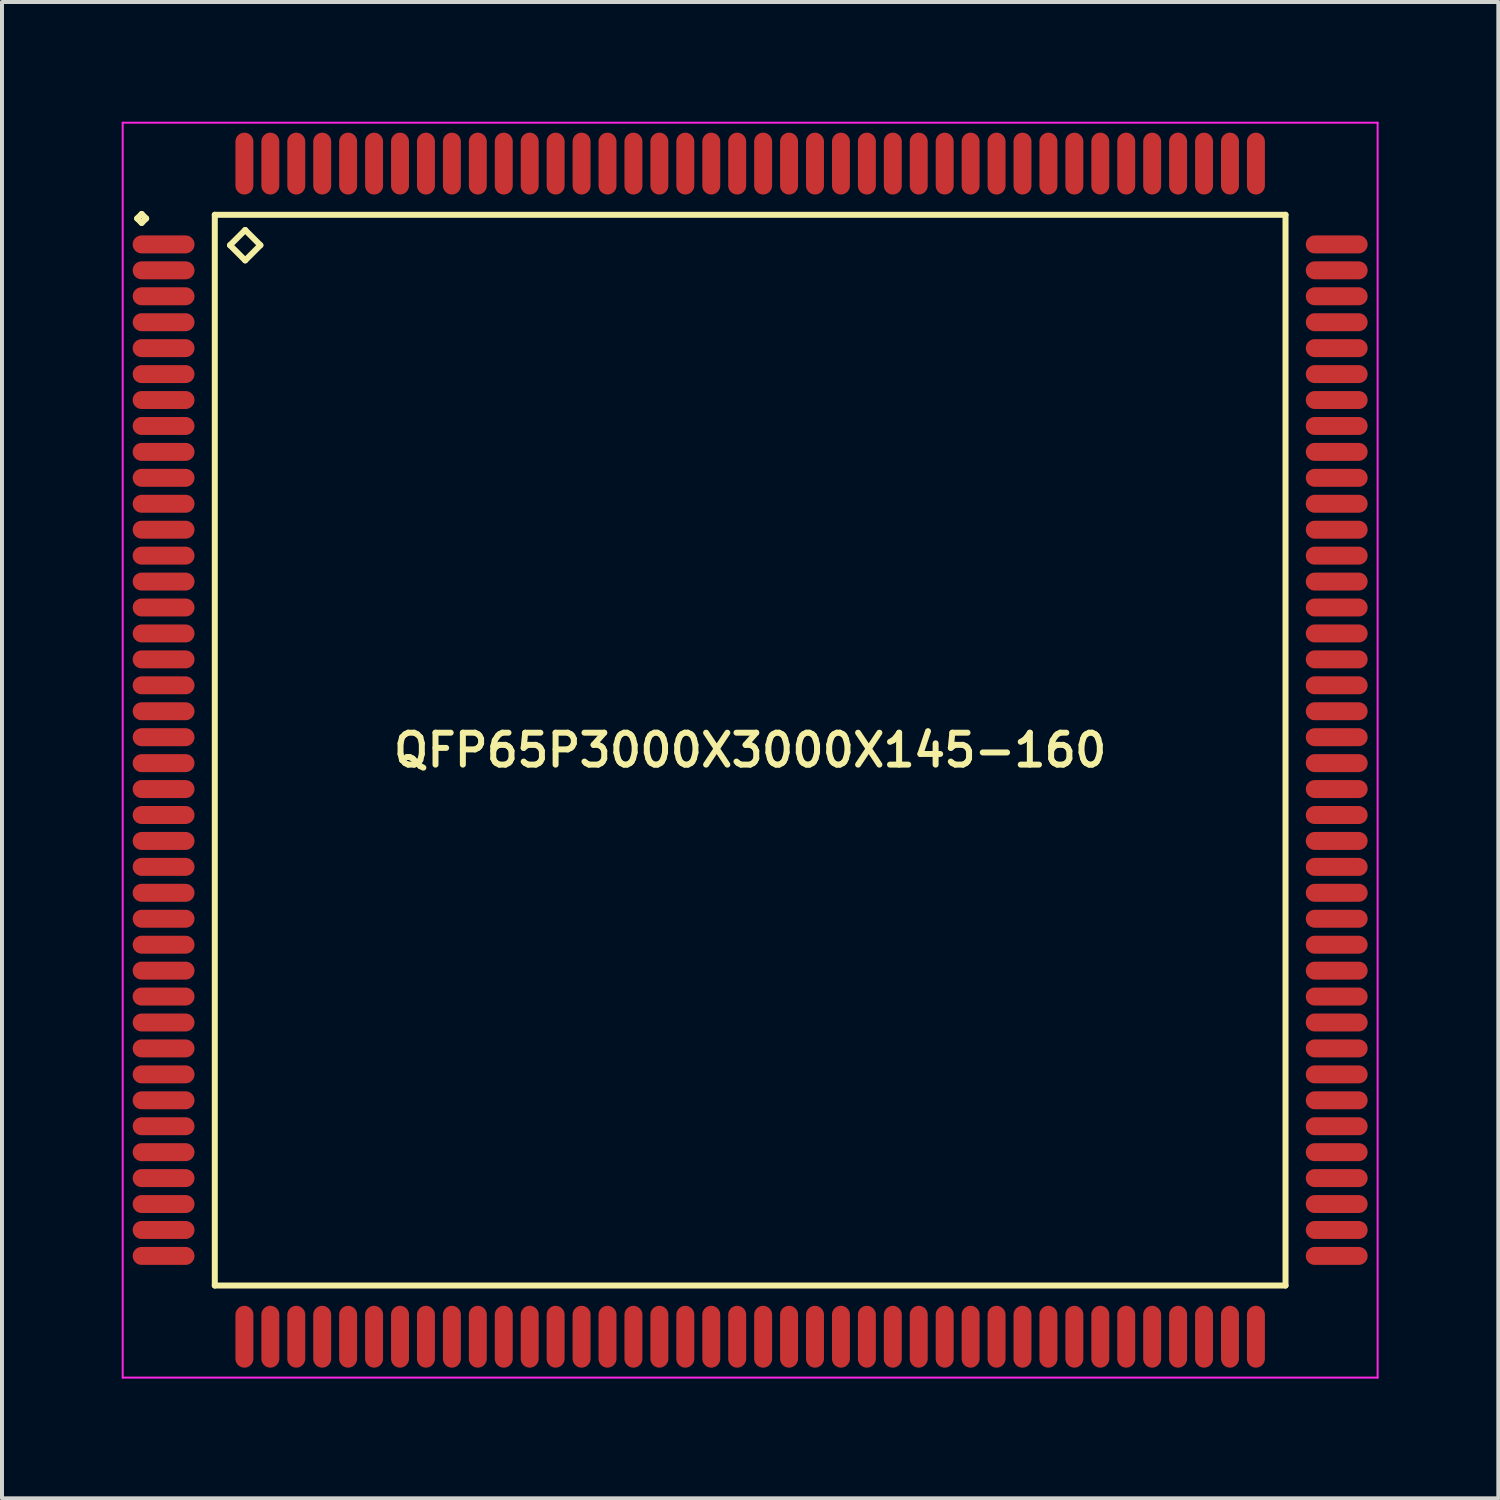
<source format=kicad_pcb>
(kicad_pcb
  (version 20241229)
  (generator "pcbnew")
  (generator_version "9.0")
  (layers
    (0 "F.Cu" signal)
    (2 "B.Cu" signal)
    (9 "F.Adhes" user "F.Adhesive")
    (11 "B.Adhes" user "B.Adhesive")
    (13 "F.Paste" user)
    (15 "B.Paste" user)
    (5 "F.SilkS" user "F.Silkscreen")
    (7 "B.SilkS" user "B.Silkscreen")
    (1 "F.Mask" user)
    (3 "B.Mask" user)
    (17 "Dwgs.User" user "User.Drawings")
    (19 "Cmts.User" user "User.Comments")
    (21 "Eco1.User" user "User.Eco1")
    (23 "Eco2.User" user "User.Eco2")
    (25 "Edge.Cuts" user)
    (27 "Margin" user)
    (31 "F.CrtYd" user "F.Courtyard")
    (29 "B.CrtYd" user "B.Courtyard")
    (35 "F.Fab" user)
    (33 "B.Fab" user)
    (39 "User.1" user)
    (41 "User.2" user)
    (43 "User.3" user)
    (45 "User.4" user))
  (footprint "QFP65P3000X3000X145-160"
    (layer "F.Cu")
    (at 15.75 15.75)
    (property "Reference" "QFP65P3000X3000X145-160" (at 0 0 0) (layer "F.SilkS") (effects (font (size 0.8 0.8) (thickness 0.15))))
    (attr smd)
    (fp_line (start -15.363 -13.325) (end -15.25 -13.438) (stroke (width 0.15) (type solid)) (layer "F.SilkS"))
    (fp_line (start -15.25 -13.438) (end -15.137 -13.325) (stroke (width 0.15) (type solid)) (layer "F.SilkS"))
    (fp_line (start -15.25 -13.213) (end -15.363 -13.325) (stroke (width 0.15) (type solid)) (layer "F.SilkS"))
    (fp_line (start -15.137 -13.325) (end -15.25 -13.213) (stroke (width 0.15) (type solid)) (layer "F.SilkS"))
    (fp_line (start -13.417 -13.417) (end -13.417 13.417) (stroke (width 0.15) (type solid)) (layer "F.SilkS"))
    (fp_line (start -13.417 13.417) (end 13.417 13.417) (stroke (width 0.15) (type solid)) (layer "F.SilkS"))
    (fp_line (start -13.036 -12.655) (end -12.655 -13.036) (stroke (width 0.15) (type solid)) (layer "F.SilkS"))
    (fp_line (start -12.655 -13.036) (end -12.274 -12.655) (stroke (width 0.15) (type solid)) (layer "F.SilkS"))
    (fp_line (start -12.655 -12.274) (end -13.036 -12.655) (stroke (width 0.15) (type solid)) (layer "F.SilkS"))
    (fp_line (start -12.274 -12.655) (end -12.655 -12.274) (stroke (width 0.15) (type solid)) (layer "F.SilkS"))
    (fp_line (start 13.417 -13.417) (end -13.417 -13.417) (stroke (width 0.15) (type solid)) (layer "F.SilkS"))
    (fp_line (start 13.417 13.417) (end 13.417 -13.417) (stroke (width 0.15) (type solid)) (layer "F.SilkS"))
    (fp_line (start -15.725 -15.725) (end 15.725 -15.725) (stroke (width 0.05) (type solid)) (layer "F.CrtYd"))
    (fp_line (start -15.725 15.725) (end -15.725 -15.725) (stroke (width 0.05) (type solid)) (layer "F.CrtYd"))
    (fp_line (start 15.725 -15.725) (end 15.725 15.725) (stroke (width 0.05) (type solid)) (layer "F.CrtYd"))
    (fp_line (start 15.725 15.725) (end -15.725 15.725) (stroke (width 0.05) (type solid)) (layer "F.CrtYd"))
    (pad "1" smd oval (at -14.7 -12.675) (size 1.55 0.45) (layers "F.Cu" "F.Mask" "F.Paste"))
    (pad "2" smd oval (at -14.7 -12.025) (size 1.55 0.45) (layers "F.Cu" "F.Mask" "F.Paste"))
    (pad "3" smd oval (at -14.7 -11.375) (size 1.55 0.45) (layers "F.Cu" "F.Mask" "F.Paste"))
    (pad "4" smd oval (at -14.7 -10.725) (size 1.55 0.45) (layers "F.Cu" "F.Mask" "F.Paste"))
    (pad "5" smd oval (at -14.7 -10.075) (size 1.55 0.45) (layers "F.Cu" "F.Mask" "F.Paste"))
    (pad "6" smd oval (at -14.7 -9.425) (size 1.55 0.45) (layers "F.Cu" "F.Mask" "F.Paste"))
    (pad "7" smd oval (at -14.7 -8.775) (size 1.55 0.45) (layers "F.Cu" "F.Mask" "F.Paste"))
    (pad "8" smd oval (at -14.7 -8.125) (size 1.55 0.45) (layers "F.Cu" "F.Mask" "F.Paste"))
    (pad "9" smd oval (at -14.7 -7.475) (size 1.55 0.45) (layers "F.Cu" "F.Mask" "F.Paste"))
    (pad "10" smd oval (at -14.7 -6.825) (size 1.55 0.45) (layers "F.Cu" "F.Mask" "F.Paste"))
    (pad "11" smd oval (at -14.7 -6.175) (size 1.55 0.45) (layers "F.Cu" "F.Mask" "F.Paste"))
    (pad "12" smd oval (at -14.7 -5.525) (size 1.55 0.45) (layers "F.Cu" "F.Mask" "F.Paste"))
    (pad "13" smd oval (at -14.7 -4.875) (size 1.55 0.45) (layers "F.Cu" "F.Mask" "F.Paste"))
    (pad "14" smd oval (at -14.7 -4.225) (size 1.55 0.45) (layers "F.Cu" "F.Mask" "F.Paste"))
    (pad "15" smd oval (at -14.7 -3.575) (size 1.55 0.45) (layers "F.Cu" "F.Mask" "F.Paste"))
    (pad "16" smd oval (at -14.7 -2.925) (size 1.55 0.45) (layers "F.Cu" "F.Mask" "F.Paste"))
    (pad "17" smd oval (at -14.7 -2.275) (size 1.55 0.45) (layers "F.Cu" "F.Mask" "F.Paste"))
    (pad "18" smd oval (at -14.7 -1.625) (size 1.55 0.45) (layers "F.Cu" "F.Mask" "F.Paste"))
    (pad "19" smd oval (at -14.7 -0.975) (size 1.55 0.45) (layers "F.Cu" "F.Mask" "F.Paste"))
    (pad "20" smd oval (at -14.7 -0.325) (size 1.55 0.45) (layers "F.Cu" "F.Mask" "F.Paste"))
    (pad "21" smd oval (at -14.7 0.325) (size 1.55 0.45) (layers "F.Cu" "F.Mask" "F.Paste"))
    (pad "22" smd oval (at -14.7 0.975) (size 1.55 0.45) (layers "F.Cu" "F.Mask" "F.Paste"))
    (pad "23" smd oval (at -14.7 1.625) (size 1.55 0.45) (layers "F.Cu" "F.Mask" "F.Paste"))
    (pad "24" smd oval (at -14.7 2.275) (size 1.55 0.45) (layers "F.Cu" "F.Mask" "F.Paste"))
    (pad "25" smd oval (at -14.7 2.925) (size 1.55 0.45) (layers "F.Cu" "F.Mask" "F.Paste"))
    (pad "26" smd oval (at -14.7 3.575) (size 1.55 0.45) (layers "F.Cu" "F.Mask" "F.Paste"))
    (pad "27" smd oval (at -14.7 4.225) (size 1.55 0.45) (layers "F.Cu" "F.Mask" "F.Paste"))
    (pad "28" smd oval (at -14.7 4.875) (size 1.55 0.45) (layers "F.Cu" "F.Mask" "F.Paste"))
    (pad "29" smd oval (at -14.7 5.525) (size 1.55 0.45) (layers "F.Cu" "F.Mask" "F.Paste"))
    (pad "30" smd oval (at -14.7 6.175) (size 1.55 0.45) (layers "F.Cu" "F.Mask" "F.Paste"))
    (pad "31" smd oval (at -14.7 6.825) (size 1.55 0.45) (layers "F.Cu" "F.Mask" "F.Paste"))
    (pad "32" smd oval (at -14.7 7.475) (size 1.55 0.45) (layers "F.Cu" "F.Mask" "F.Paste"))
    (pad "33" smd oval (at -14.7 8.125) (size 1.55 0.45) (layers "F.Cu" "F.Mask" "F.Paste"))
    (pad "34" smd oval (at -14.7 8.775) (size 1.55 0.45) (layers "F.Cu" "F.Mask" "F.Paste"))
    (pad "35" smd oval (at -14.7 9.425) (size 1.55 0.45) (layers "F.Cu" "F.Mask" "F.Paste"))
    (pad "36" smd oval (at -14.7 10.075) (size 1.55 0.45) (layers "F.Cu" "F.Mask" "F.Paste"))
    (pad "37" smd oval (at -14.7 10.725) (size 1.55 0.45) (layers "F.Cu" "F.Mask" "F.Paste"))
    (pad "38" smd oval (at -14.7 11.375) (size 1.55 0.45) (layers "F.Cu" "F.Mask" "F.Paste"))
    (pad "39" smd oval (at -14.7 12.025) (size 1.55 0.45) (layers "F.Cu" "F.Mask" "F.Paste"))
    (pad "40" smd oval (at -14.7 12.675) (size 1.55 0.45) (layers "F.Cu" "F.Mask" "F.Paste"))
    (pad "41" smd oval (at -12.675 14.7) (size 0.45 1.55) (layers "F.Cu" "F.Mask" "F.Paste"))
    (pad "42" smd oval (at -12.025 14.7) (size 0.45 1.55) (layers "F.Cu" "F.Mask" "F.Paste"))
    (pad "43" smd oval (at -11.375 14.7) (size 0.45 1.55) (layers "F.Cu" "F.Mask" "F.Paste"))
    (pad "44" smd oval (at -10.725 14.7) (size 0.45 1.55) (layers "F.Cu" "F.Mask" "F.Paste"))
    (pad "45" smd oval (at -10.075 14.7) (size 0.45 1.55) (layers "F.Cu" "F.Mask" "F.Paste"))
    (pad "46" smd oval (at -9.425 14.7) (size 0.45 1.55) (layers "F.Cu" "F.Mask" "F.Paste"))
    (pad "47" smd oval (at -8.775 14.7) (size 0.45 1.55) (layers "F.Cu" "F.Mask" "F.Paste"))
    (pad "48" smd oval (at -8.125 14.7) (size 0.45 1.55) (layers "F.Cu" "F.Mask" "F.Paste"))
    (pad "49" smd oval (at -7.475 14.7) (size 0.45 1.55) (layers "F.Cu" "F.Mask" "F.Paste"))
    (pad "50" smd oval (at -6.825 14.7) (size 0.45 1.55) (layers "F.Cu" "F.Mask" "F.Paste"))
    (pad "51" smd oval (at -6.175 14.7) (size 0.45 1.55) (layers "F.Cu" "F.Mask" "F.Paste"))
    (pad "52" smd oval (at -5.525 14.7) (size 0.45 1.55) (layers "F.Cu" "F.Mask" "F.Paste"))
    (pad "53" smd oval (at -4.875 14.7) (size 0.45 1.55) (layers "F.Cu" "F.Mask" "F.Paste"))
    (pad "54" smd oval (at -4.225 14.7) (size 0.45 1.55) (layers "F.Cu" "F.Mask" "F.Paste"))
    (pad "55" smd oval (at -3.575 14.7) (size 0.45 1.55) (layers "F.Cu" "F.Mask" "F.Paste"))
    (pad "56" smd oval (at -2.925 14.7) (size 0.45 1.55) (layers "F.Cu" "F.Mask" "F.Paste"))
    (pad "57" smd oval (at -2.275 14.7) (size 0.45 1.55) (layers "F.Cu" "F.Mask" "F.Paste"))
    (pad "58" smd oval (at -1.625 14.7) (size 0.45 1.55) (layers "F.Cu" "F.Mask" "F.Paste"))
    (pad "59" smd oval (at -0.975 14.7) (size 0.45 1.55) (layers "F.Cu" "F.Mask" "F.Paste"))
    (pad "60" smd oval (at -0.325 14.7) (size 0.45 1.55) (layers "F.Cu" "F.Mask" "F.Paste"))
    (pad "61" smd oval (at 0.325 14.7) (size 0.45 1.55) (layers "F.Cu" "F.Mask" "F.Paste"))
    (pad "62" smd oval (at 0.975 14.7) (size 0.45 1.55) (layers "F.Cu" "F.Mask" "F.Paste"))
    (pad "63" smd oval (at 1.625 14.7) (size 0.45 1.55) (layers "F.Cu" "F.Mask" "F.Paste"))
    (pad "64" smd oval (at 2.275 14.7) (size 0.45 1.55) (layers "F.Cu" "F.Mask" "F.Paste"))
    (pad "65" smd oval (at 2.925 14.7) (size 0.45 1.55) (layers "F.Cu" "F.Mask" "F.Paste"))
    (pad "66" smd oval (at 3.575 14.7) (size 0.45 1.55) (layers "F.Cu" "F.Mask" "F.Paste"))
    (pad "67" smd oval (at 4.225 14.7) (size 0.45 1.55) (layers "F.Cu" "F.Mask" "F.Paste"))
    (pad "68" smd oval (at 4.875 14.7) (size 0.45 1.55) (layers "F.Cu" "F.Mask" "F.Paste"))
    (pad "69" smd oval (at 5.525 14.7) (size 0.45 1.55) (layers "F.Cu" "F.Mask" "F.Paste"))
    (pad "70" smd oval (at 6.175 14.7) (size 0.45 1.55) (layers "F.Cu" "F.Mask" "F.Paste"))
    (pad "71" smd oval (at 6.825 14.7) (size 0.45 1.55) (layers "F.Cu" "F.Mask" "F.Paste"))
    (pad "72" smd oval (at 7.475 14.7) (size 0.45 1.55) (layers "F.Cu" "F.Mask" "F.Paste"))
    (pad "73" smd oval (at 8.125 14.7) (size 0.45 1.55) (layers "F.Cu" "F.Mask" "F.Paste"))
    (pad "74" smd oval (at 8.775 14.7) (size 0.45 1.55) (layers "F.Cu" "F.Mask" "F.Paste"))
    (pad "75" smd oval (at 9.425 14.7) (size 0.45 1.55) (layers "F.Cu" "F.Mask" "F.Paste"))
    (pad "76" smd oval (at 10.075 14.7) (size 0.45 1.55) (layers "F.Cu" "F.Mask" "F.Paste"))
    (pad "77" smd oval (at 10.725 14.7) (size 0.45 1.55) (layers "F.Cu" "F.Mask" "F.Paste"))
    (pad "78" smd oval (at 11.375 14.7) (size 0.45 1.55) (layers "F.Cu" "F.Mask" "F.Paste"))
    (pad "79" smd oval (at 12.025 14.7) (size 0.45 1.55) (layers "F.Cu" "F.Mask" "F.Paste"))
    (pad "80" smd oval (at 12.675 14.7) (size 0.45 1.55) (layers "F.Cu" "F.Mask" "F.Paste"))
    (pad "81" smd oval (at 14.7 12.675) (size 1.55 0.45) (layers "F.Cu" "F.Mask" "F.Paste"))
    (pad "82" smd oval (at 14.7 12.025) (size 1.55 0.45) (layers "F.Cu" "F.Mask" "F.Paste"))
    (pad "83" smd oval (at 14.7 11.375) (size 1.55 0.45) (layers "F.Cu" "F.Mask" "F.Paste"))
    (pad "84" smd oval (at 14.7 10.725) (size 1.55 0.45) (layers "F.Cu" "F.Mask" "F.Paste"))
    (pad "85" smd oval (at 14.7 10.075) (size 1.55 0.45) (layers "F.Cu" "F.Mask" "F.Paste"))
    (pad "86" smd oval (at 14.7 9.425) (size 1.55 0.45) (layers "F.Cu" "F.Mask" "F.Paste"))
    (pad "87" smd oval (at 14.7 8.775) (size 1.55 0.45) (layers "F.Cu" "F.Mask" "F.Paste"))
    (pad "88" smd oval (at 14.7 8.125) (size 1.55 0.45) (layers "F.Cu" "F.Mask" "F.Paste"))
    (pad "89" smd oval (at 14.7 7.475) (size 1.55 0.45) (layers "F.Cu" "F.Mask" "F.Paste"))
    (pad "90" smd oval (at 14.7 6.825) (size 1.55 0.45) (layers "F.Cu" "F.Mask" "F.Paste"))
    (pad "91" smd oval (at 14.7 6.175) (size 1.55 0.45) (layers "F.Cu" "F.Mask" "F.Paste"))
    (pad "92" smd oval (at 14.7 5.525) (size 1.55 0.45) (layers "F.Cu" "F.Mask" "F.Paste"))
    (pad "93" smd oval (at 14.7 4.875) (size 1.55 0.45) (layers "F.Cu" "F.Mask" "F.Paste"))
    (pad "94" smd oval (at 14.7 4.225) (size 1.55 0.45) (layers "F.Cu" "F.Mask" "F.Paste"))
    (pad "95" smd oval (at 14.7 3.575) (size 1.55 0.45) (layers "F.Cu" "F.Mask" "F.Paste"))
    (pad "96" smd oval (at 14.7 2.925) (size 1.55 0.45) (layers "F.Cu" "F.Mask" "F.Paste"))
    (pad "97" smd oval (at 14.7 2.275) (size 1.55 0.45) (layers "F.Cu" "F.Mask" "F.Paste"))
    (pad "98" smd oval (at 14.7 1.625) (size 1.55 0.45) (layers "F.Cu" "F.Mask" "F.Paste"))
    (pad "99" smd oval (at 14.7 0.975) (size 1.55 0.45) (layers "F.Cu" "F.Mask" "F.Paste"))
    (pad "100" smd oval (at 14.7 0.325) (size 1.55 0.45) (layers "F.Cu" "F.Mask" "F.Paste"))
    (pad "101" smd oval (at 14.7 -0.325) (size 1.55 0.45) (layers "F.Cu" "F.Mask" "F.Paste"))
    (pad "102" smd oval (at 14.7 -0.975) (size 1.55 0.45) (layers "F.Cu" "F.Mask" "F.Paste"))
    (pad "103" smd oval (at 14.7 -1.625) (size 1.55 0.45) (layers "F.Cu" "F.Mask" "F.Paste"))
    (pad "104" smd oval (at 14.7 -2.275) (size 1.55 0.45) (layers "F.Cu" "F.Mask" "F.Paste"))
    (pad "105" smd oval (at 14.7 -2.925) (size 1.55 0.45) (layers "F.Cu" "F.Mask" "F.Paste"))
    (pad "106" smd oval (at 14.7 -3.575) (size 1.55 0.45) (layers "F.Cu" "F.Mask" "F.Paste"))
    (pad "107" smd oval (at 14.7 -4.225) (size 1.55 0.45) (layers "F.Cu" "F.Mask" "F.Paste"))
    (pad "108" smd oval (at 14.7 -4.875) (size 1.55 0.45) (layers "F.Cu" "F.Mask" "F.Paste"))
    (pad "109" smd oval (at 14.7 -5.525) (size 1.55 0.45) (layers "F.Cu" "F.Mask" "F.Paste"))
    (pad "110" smd oval (at 14.7 -6.175) (size 1.55 0.45) (layers "F.Cu" "F.Mask" "F.Paste"))
    (pad "111" smd oval (at 14.7 -6.825) (size 1.55 0.45) (layers "F.Cu" "F.Mask" "F.Paste"))
    (pad "112" smd oval (at 14.7 -7.475) (size 1.55 0.45) (layers "F.Cu" "F.Mask" "F.Paste"))
    (pad "113" smd oval (at 14.7 -8.125) (size 1.55 0.45) (layers "F.Cu" "F.Mask" "F.Paste"))
    (pad "114" smd oval (at 14.7 -8.775) (size 1.55 0.45) (layers "F.Cu" "F.Mask" "F.Paste"))
    (pad "115" smd oval (at 14.7 -9.425) (size 1.55 0.45) (layers "F.Cu" "F.Mask" "F.Paste"))
    (pad "116" smd oval (at 14.7 -10.075) (size 1.55 0.45) (layers "F.Cu" "F.Mask" "F.Paste"))
    (pad "117" smd oval (at 14.7 -10.725) (size 1.55 0.45) (layers "F.Cu" "F.Mask" "F.Paste"))
    (pad "118" smd oval (at 14.7 -11.375) (size 1.55 0.45) (layers "F.Cu" "F.Mask" "F.Paste"))
    (pad "119" smd oval (at 14.7 -12.025) (size 1.55 0.45) (layers "F.Cu" "F.Mask" "F.Paste"))
    (pad "120" smd oval (at 14.7 -12.675) (size 1.55 0.45) (layers "F.Cu" "F.Mask" "F.Paste"))
    (pad "121" smd oval (at 12.675 -14.7) (size 0.45 1.55) (layers "F.Cu" "F.Mask" "F.Paste"))
    (pad "122" smd oval (at 12.025 -14.7) (size 0.45 1.55) (layers "F.Cu" "F.Mask" "F.Paste"))
    (pad "123" smd oval (at 11.375 -14.7) (size 0.45 1.55) (layers "F.Cu" "F.Mask" "F.Paste"))
    (pad "124" smd oval (at 10.725 -14.7) (size 0.45 1.55) (layers "F.Cu" "F.Mask" "F.Paste"))
    (pad "125" smd oval (at 10.075 -14.7) (size 0.45 1.55) (layers "F.Cu" "F.Mask" "F.Paste"))
    (pad "126" smd oval (at 9.425 -14.7) (size 0.45 1.55) (layers "F.Cu" "F.Mask" "F.Paste"))
    (pad "127" smd oval (at 8.775 -14.7) (size 0.45 1.55) (layers "F.Cu" "F.Mask" "F.Paste"))
    (pad "128" smd oval (at 8.125 -14.7) (size 0.45 1.55) (layers "F.Cu" "F.Mask" "F.Paste"))
    (pad "129" smd oval (at 7.475 -14.7) (size 0.45 1.55) (layers "F.Cu" "F.Mask" "F.Paste"))
    (pad "130" smd oval (at 6.825 -14.7) (size 0.45 1.55) (layers "F.Cu" "F.Mask" "F.Paste"))
    (pad "131" smd oval (at 6.175 -14.7) (size 0.45 1.55) (layers "F.Cu" "F.Mask" "F.Paste"))
    (pad "132" smd oval (at 5.525 -14.7) (size 0.45 1.55) (layers "F.Cu" "F.Mask" "F.Paste"))
    (pad "133" smd oval (at 4.875 -14.7) (size 0.45 1.55) (layers "F.Cu" "F.Mask" "F.Paste"))
    (pad "134" smd oval (at 4.225 -14.7) (size 0.45 1.55) (layers "F.Cu" "F.Mask" "F.Paste"))
    (pad "135" smd oval (at 3.575 -14.7) (size 0.45 1.55) (layers "F.Cu" "F.Mask" "F.Paste"))
    (pad "136" smd oval (at 2.925 -14.7) (size 0.45 1.55) (layers "F.Cu" "F.Mask" "F.Paste"))
    (pad "137" smd oval (at 2.275 -14.7) (size 0.45 1.55) (layers "F.Cu" "F.Mask" "F.Paste"))
    (pad "138" smd oval (at 1.625 -14.7) (size 0.45 1.55) (layers "F.Cu" "F.Mask" "F.Paste"))
    (pad "139" smd oval (at 0.975 -14.7) (size 0.45 1.55) (layers "F.Cu" "F.Mask" "F.Paste"))
    (pad "140" smd oval (at 0.325 -14.7) (size 0.45 1.55) (layers "F.Cu" "F.Mask" "F.Paste"))
    (pad "141" smd oval (at -0.325 -14.7) (size 0.45 1.55) (layers "F.Cu" "F.Mask" "F.Paste"))
    (pad "142" smd oval (at -0.975 -14.7) (size 0.45 1.55) (layers "F.Cu" "F.Mask" "F.Paste"))
    (pad "143" smd oval (at -1.625 -14.7) (size 0.45 1.55) (layers "F.Cu" "F.Mask" "F.Paste"))
    (pad "144" smd oval (at -2.275 -14.7) (size 0.45 1.55) (layers "F.Cu" "F.Mask" "F.Paste"))
    (pad "145" smd oval (at -2.925 -14.7) (size 0.45 1.55) (layers "F.Cu" "F.Mask" "F.Paste"))
    (pad "146" smd oval (at -3.575 -14.7) (size 0.45 1.55) (layers "F.Cu" "F.Mask" "F.Paste"))
    (pad "147" smd oval (at -4.225 -14.7) (size 0.45 1.55) (layers "F.Cu" "F.Mask" "F.Paste"))
    (pad "148" smd oval (at -4.875 -14.7) (size 0.45 1.55) (layers "F.Cu" "F.Mask" "F.Paste"))
    (pad "149" smd oval (at -5.525 -14.7) (size 0.45 1.55) (layers "F.Cu" "F.Mask" "F.Paste"))
    (pad "150" smd oval (at -6.175 -14.7) (size 0.45 1.55) (layers "F.Cu" "F.Mask" "F.Paste"))
    (pad "151" smd oval (at -6.825 -14.7) (size 0.45 1.55) (layers "F.Cu" "F.Mask" "F.Paste"))
    (pad "152" smd oval (at -7.475 -14.7) (size 0.45 1.55) (layers "F.Cu" "F.Mask" "F.Paste"))
    (pad "153" smd oval (at -8.125 -14.7) (size 0.45 1.55) (layers "F.Cu" "F.Mask" "F.Paste"))
    (pad "154" smd oval (at -8.775 -14.7) (size 0.45 1.55) (layers "F.Cu" "F.Mask" "F.Paste"))
    (pad "155" smd oval (at -9.425 -14.7) (size 0.45 1.55) (layers "F.Cu" "F.Mask" "F.Paste"))
    (pad "156" smd oval (at -10.075 -14.7) (size 0.45 1.55) (layers "F.Cu" "F.Mask" "F.Paste"))
    (pad "157" smd oval (at -10.725 -14.7) (size 0.45 1.55) (layers "F.Cu" "F.Mask" "F.Paste"))
    (pad "158" smd oval (at -11.375 -14.7) (size 0.45 1.55) (layers "F.Cu" "F.Mask" "F.Paste"))
    (pad "159" smd oval (at -12.025 -14.7) (size 0.45 1.55) (layers "F.Cu" "F.Mask" "F.Paste"))
    (pad "160" smd oval (at -12.675 -14.7) (size 0.45 1.55) (layers "F.Cu" "F.Mask" "F.Paste")))
  (gr_rect
    (start -3 -3)
    (end 34.5 34.5)
    (stroke (width 0.1) (type default))
    (fill no)
    (layer "Edge.Cuts")))
</source>
